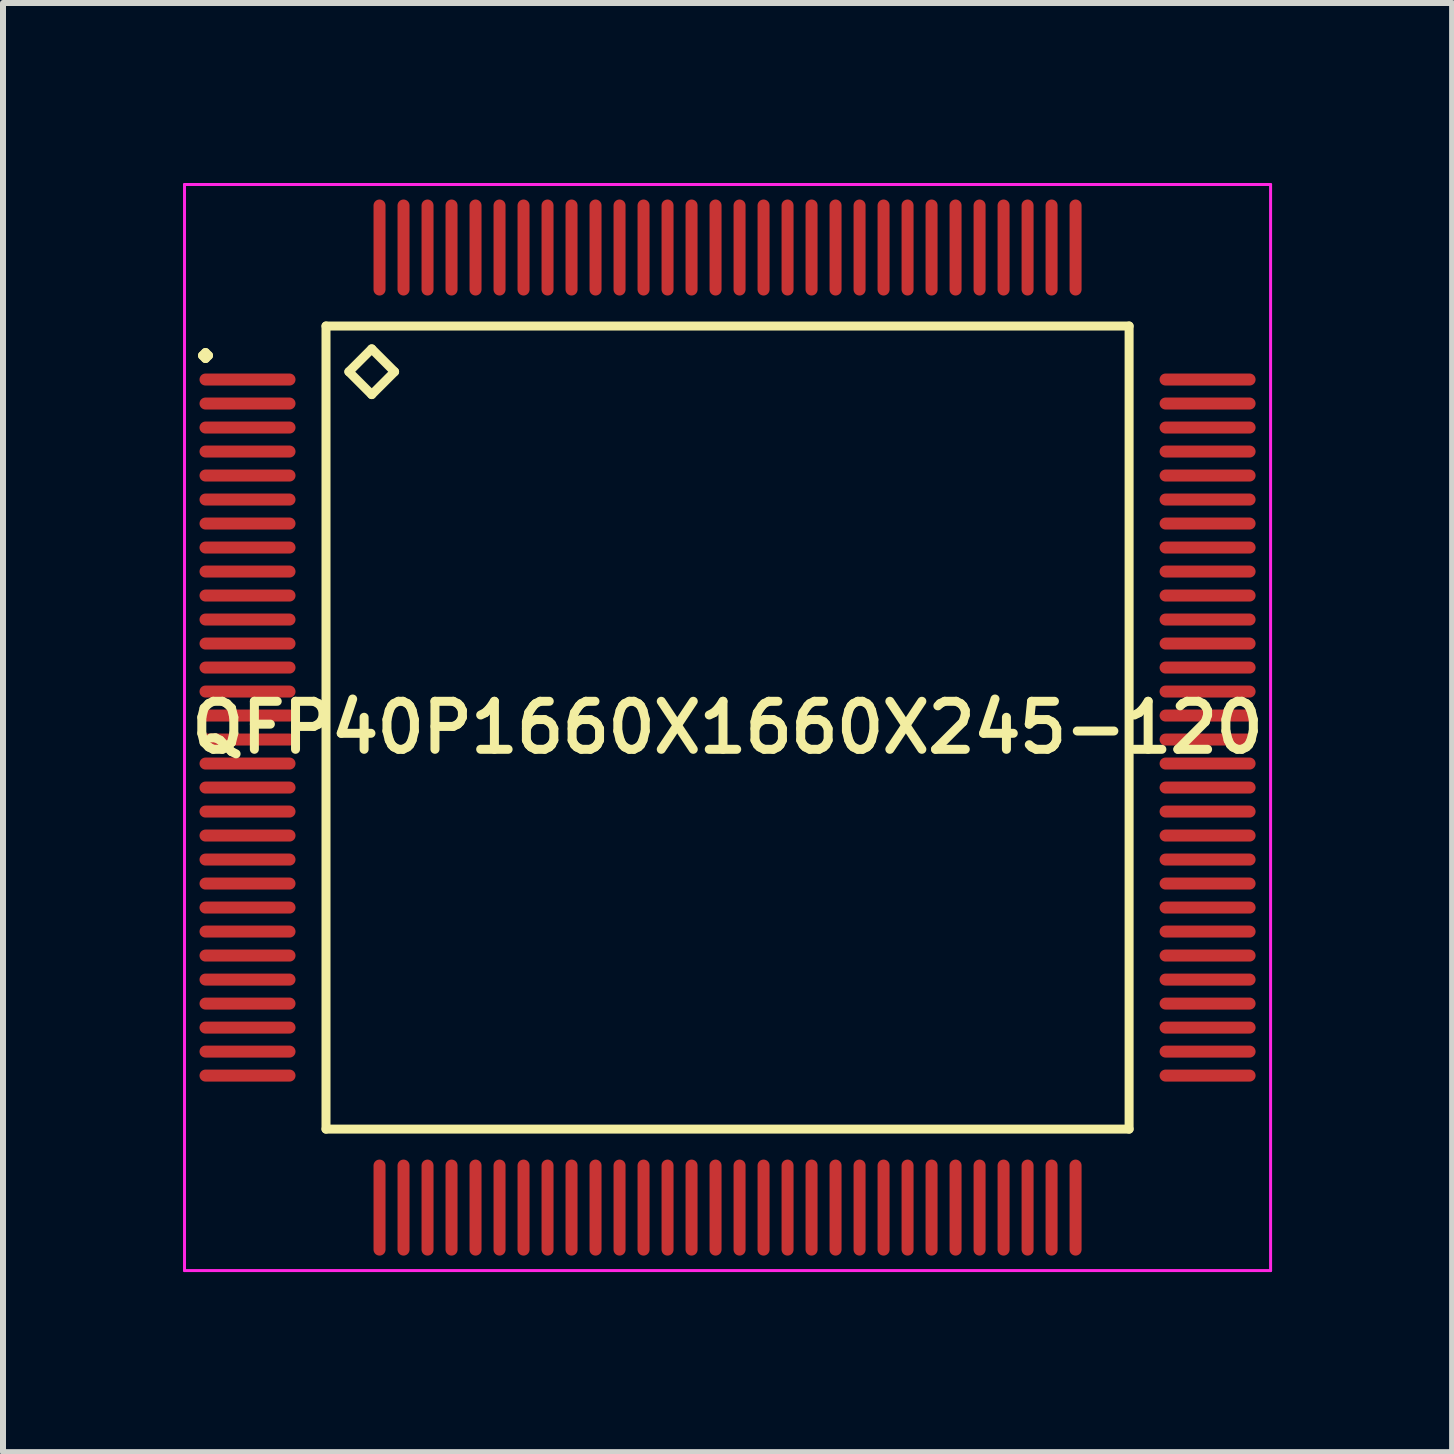
<source format=kicad_pcb>
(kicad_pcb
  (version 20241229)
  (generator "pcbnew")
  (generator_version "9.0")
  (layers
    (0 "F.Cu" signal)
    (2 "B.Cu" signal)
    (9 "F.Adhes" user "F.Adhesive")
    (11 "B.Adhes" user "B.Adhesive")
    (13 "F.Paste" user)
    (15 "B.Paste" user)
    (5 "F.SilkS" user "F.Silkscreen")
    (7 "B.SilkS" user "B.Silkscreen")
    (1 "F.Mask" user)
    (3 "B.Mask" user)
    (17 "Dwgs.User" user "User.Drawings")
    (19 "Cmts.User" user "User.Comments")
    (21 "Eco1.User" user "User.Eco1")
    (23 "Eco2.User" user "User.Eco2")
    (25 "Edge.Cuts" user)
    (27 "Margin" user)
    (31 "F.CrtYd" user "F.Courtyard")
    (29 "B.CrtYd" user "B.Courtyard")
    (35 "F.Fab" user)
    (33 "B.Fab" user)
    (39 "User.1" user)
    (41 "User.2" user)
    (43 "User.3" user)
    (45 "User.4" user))
  (footprint "QFP40P1660X1660X245-120"
    (layer "F.Cu")
    (at 9.075 9.075)
    (property "Reference" "QFP40P1660X1660X245-120" (at 0 0 0) (layer "F.SilkS") (effects (font (size 0.8 0.8) (thickness 0.15))))
    (attr smd)
    (fp_line (start -8.75 -6.2) (end -8.7 -6.25) (stroke (width 0.15) (type solid)) (layer "F.SilkS"))
    (fp_line (start -8.7 -6.25) (end -8.65 -6.2) (stroke (width 0.15) (type solid)) (layer "F.SilkS"))
    (fp_line (start -8.7 -6.15) (end -8.75 -6.2) (stroke (width 0.15) (type solid)) (layer "F.SilkS"))
    (fp_line (start -8.65 -6.2) (end -8.7 -6.15) (stroke (width 0.15) (type solid)) (layer "F.SilkS"))
    (fp_line (start -6.692 -6.692) (end -6.692 6.692) (stroke (width 0.15) (type solid)) (layer "F.SilkS"))
    (fp_line (start -6.692 6.692) (end 6.692 6.692) (stroke (width 0.15) (type solid)) (layer "F.SilkS"))
    (fp_line (start -6.311 -5.93) (end -5.93 -6.311) (stroke (width 0.15) (type solid)) (layer "F.SilkS"))
    (fp_line (start -5.93 -6.311) (end -5.549 -5.93) (stroke (width 0.15) (type solid)) (layer "F.SilkS"))
    (fp_line (start -5.93 -5.549) (end -6.311 -5.93) (stroke (width 0.15) (type solid)) (layer "F.SilkS"))
    (fp_line (start -5.549 -5.93) (end -5.93 -5.549) (stroke (width 0.15) (type solid)) (layer "F.SilkS"))
    (fp_line (start 6.692 -6.692) (end -6.692 -6.692) (stroke (width 0.15) (type solid)) (layer "F.SilkS"))
    (fp_line (start 6.692 6.692) (end 6.692 -6.692) (stroke (width 0.15) (type solid)) (layer "F.SilkS"))
    (fp_line (start -9.05 -9.05) (end 9.05 -9.05) (stroke (width 0.05) (type solid)) (layer "F.CrtYd"))
    (fp_line (start -9.05 9.05) (end -9.05 -9.05) (stroke (width 0.05) (type solid)) (layer "F.CrtYd"))
    (fp_line (start 9.05 -9.05) (end 9.05 9.05) (stroke (width 0.05) (type solid)) (layer "F.CrtYd"))
    (fp_line (start 9.05 9.05) (end -9.05 9.05) (stroke (width 0.05) (type solid)) (layer "F.CrtYd"))
    (pad "1" smd oval (at -8 -5.8) (size 1.6 0.2) (layers "F.Cu" "F.Mask" "F.Paste"))
    (pad "2" smd oval (at -8 -5.4) (size 1.6 0.2) (layers "F.Cu" "F.Mask" "F.Paste"))
    (pad "3" smd oval (at -8 -5) (size 1.6 0.2) (layers "F.Cu" "F.Mask" "F.Paste"))
    (pad "4" smd oval (at -8 -4.6) (size 1.6 0.2) (layers "F.Cu" "F.Mask" "F.Paste"))
    (pad "5" smd oval (at -8 -4.2) (size 1.6 0.2) (layers "F.Cu" "F.Mask" "F.Paste"))
    (pad "6" smd oval (at -8 -3.8) (size 1.6 0.2) (layers "F.Cu" "F.Mask" "F.Paste"))
    (pad "7" smd oval (at -8 -3.4) (size 1.6 0.2) (layers "F.Cu" "F.Mask" "F.Paste"))
    (pad "8" smd oval (at -8 -3) (size 1.6 0.2) (layers "F.Cu" "F.Mask" "F.Paste"))
    (pad "9" smd oval (at -8 -2.6) (size 1.6 0.2) (layers "F.Cu" "F.Mask" "F.Paste"))
    (pad "10" smd oval (at -8 -2.2) (size 1.6 0.2) (layers "F.Cu" "F.Mask" "F.Paste"))
    (pad "11" smd oval (at -8 -1.8) (size 1.6 0.2) (layers "F.Cu" "F.Mask" "F.Paste"))
    (pad "12" smd oval (at -8 -1.4) (size 1.6 0.2) (layers "F.Cu" "F.Mask" "F.Paste"))
    (pad "13" smd oval (at -8 -1) (size 1.6 0.2) (layers "F.Cu" "F.Mask" "F.Paste"))
    (pad "14" smd oval (at -8 -0.6) (size 1.6 0.2) (layers "F.Cu" "F.Mask" "F.Paste"))
    (pad "15" smd oval (at -8 -0.2) (size 1.6 0.2) (layers "F.Cu" "F.Mask" "F.Paste"))
    (pad "16" smd oval (at -8 0.2) (size 1.6 0.2) (layers "F.Cu" "F.Mask" "F.Paste"))
    (pad "17" smd oval (at -8 0.6) (size 1.6 0.2) (layers "F.Cu" "F.Mask" "F.Paste"))
    (pad "18" smd oval (at -8 1) (size 1.6 0.2) (layers "F.Cu" "F.Mask" "F.Paste"))
    (pad "19" smd oval (at -8 1.4) (size 1.6 0.2) (layers "F.Cu" "F.Mask" "F.Paste"))
    (pad "20" smd oval (at -8 1.8) (size 1.6 0.2) (layers "F.Cu" "F.Mask" "F.Paste"))
    (pad "21" smd oval (at -8 2.2) (size 1.6 0.2) (layers "F.Cu" "F.Mask" "F.Paste"))
    (pad "22" smd oval (at -8 2.6) (size 1.6 0.2) (layers "F.Cu" "F.Mask" "F.Paste"))
    (pad "23" smd oval (at -8 3) (size 1.6 0.2) (layers "F.Cu" "F.Mask" "F.Paste"))
    (pad "24" smd oval (at -8 3.4) (size 1.6 0.2) (layers "F.Cu" "F.Mask" "F.Paste"))
    (pad "25" smd oval (at -8 3.8) (size 1.6 0.2) (layers "F.Cu" "F.Mask" "F.Paste"))
    (pad "26" smd oval (at -8 4.2) (size 1.6 0.2) (layers "F.Cu" "F.Mask" "F.Paste"))
    (pad "27" smd oval (at -8 4.6) (size 1.6 0.2) (layers "F.Cu" "F.Mask" "F.Paste"))
    (pad "28" smd oval (at -8 5) (size 1.6 0.2) (layers "F.Cu" "F.Mask" "F.Paste"))
    (pad "29" smd oval (at -8 5.4) (size 1.6 0.2) (layers "F.Cu" "F.Mask" "F.Paste"))
    (pad "30" smd oval (at -8 5.8) (size 1.6 0.2) (layers "F.Cu" "F.Mask" "F.Paste"))
    (pad "31" smd oval (at -5.8 8) (size 0.2 1.6) (layers "F.Cu" "F.Mask" "F.Paste"))
    (pad "32" smd oval (at -5.4 8) (size 0.2 1.6) (layers "F.Cu" "F.Mask" "F.Paste"))
    (pad "33" smd oval (at -5 8) (size 0.2 1.6) (layers "F.Cu" "F.Mask" "F.Paste"))
    (pad "34" smd oval (at -4.6 8) (size 0.2 1.6) (layers "F.Cu" "F.Mask" "F.Paste"))
    (pad "35" smd oval (at -4.2 8) (size 0.2 1.6) (layers "F.Cu" "F.Mask" "F.Paste"))
    (pad "36" smd oval (at -3.8 8) (size 0.2 1.6) (layers "F.Cu" "F.Mask" "F.Paste"))
    (pad "37" smd oval (at -3.4 8) (size 0.2 1.6) (layers "F.Cu" "F.Mask" "F.Paste"))
    (pad "38" smd oval (at -3 8) (size 0.2 1.6) (layers "F.Cu" "F.Mask" "F.Paste"))
    (pad "39" smd oval (at -2.6 8) (size 0.2 1.6) (layers "F.Cu" "F.Mask" "F.Paste"))
    (pad "40" smd oval (at -2.2 8) (size 0.2 1.6) (layers "F.Cu" "F.Mask" "F.Paste"))
    (pad "41" smd oval (at -1.8 8) (size 0.2 1.6) (layers "F.Cu" "F.Mask" "F.Paste"))
    (pad "42" smd oval (at -1.4 8) (size 0.2 1.6) (layers "F.Cu" "F.Mask" "F.Paste"))
    (pad "43" smd oval (at -1 8) (size 0.2 1.6) (layers "F.Cu" "F.Mask" "F.Paste"))
    (pad "44" smd oval (at -0.6 8) (size 0.2 1.6) (layers "F.Cu" "F.Mask" "F.Paste"))
    (pad "45" smd oval (at -0.2 8) (size 0.2 1.6) (layers "F.Cu" "F.Mask" "F.Paste"))
    (pad "46" smd oval (at 0.2 8) (size 0.2 1.6) (layers "F.Cu" "F.Mask" "F.Paste"))
    (pad "47" smd oval (at 0.6 8) (size 0.2 1.6) (layers "F.Cu" "F.Mask" "F.Paste"))
    (pad "48" smd oval (at 1 8) (size 0.2 1.6) (layers "F.Cu" "F.Mask" "F.Paste"))
    (pad "49" smd oval (at 1.4 8) (size 0.2 1.6) (layers "F.Cu" "F.Mask" "F.Paste"))
    (pad "50" smd oval (at 1.8 8) (size 0.2 1.6) (layers "F.Cu" "F.Mask" "F.Paste"))
    (pad "51" smd oval (at 2.2 8) (size 0.2 1.6) (layers "F.Cu" "F.Mask" "F.Paste"))
    (pad "52" smd oval (at 2.6 8) (size 0.2 1.6) (layers "F.Cu" "F.Mask" "F.Paste"))
    (pad "53" smd oval (at 3 8) (size 0.2 1.6) (layers "F.Cu" "F.Mask" "F.Paste"))
    (pad "54" smd oval (at 3.4 8) (size 0.2 1.6) (layers "F.Cu" "F.Mask" "F.Paste"))
    (pad "55" smd oval (at 3.8 8) (size 0.2 1.6) (layers "F.Cu" "F.Mask" "F.Paste"))
    (pad "56" smd oval (at 4.2 8) (size 0.2 1.6) (layers "F.Cu" "F.Mask" "F.Paste"))
    (pad "57" smd oval (at 4.6 8) (size 0.2 1.6) (layers "F.Cu" "F.Mask" "F.Paste"))
    (pad "58" smd oval (at 5 8) (size 0.2 1.6) (layers "F.Cu" "F.Mask" "F.Paste"))
    (pad "59" smd oval (at 5.4 8) (size 0.2 1.6) (layers "F.Cu" "F.Mask" "F.Paste"))
    (pad "60" smd oval (at 5.8 8) (size 0.2 1.6) (layers "F.Cu" "F.Mask" "F.Paste"))
    (pad "61" smd oval (at 8 5.8) (size 1.6 0.2) (layers "F.Cu" "F.Mask" "F.Paste"))
    (pad "62" smd oval (at 8 5.4) (size 1.6 0.2) (layers "F.Cu" "F.Mask" "F.Paste"))
    (pad "63" smd oval (at 8 5) (size 1.6 0.2) (layers "F.Cu" "F.Mask" "F.Paste"))
    (pad "64" smd oval (at 8 4.6) (size 1.6 0.2) (layers "F.Cu" "F.Mask" "F.Paste"))
    (pad "65" smd oval (at 8 4.2) (size 1.6 0.2) (layers "F.Cu" "F.Mask" "F.Paste"))
    (pad "66" smd oval (at 8 3.8) (size 1.6 0.2) (layers "F.Cu" "F.Mask" "F.Paste"))
    (pad "67" smd oval (at 8 3.4) (size 1.6 0.2) (layers "F.Cu" "F.Mask" "F.Paste"))
    (pad "68" smd oval (at 8 3) (size 1.6 0.2) (layers "F.Cu" "F.Mask" "F.Paste"))
    (pad "69" smd oval (at 8 2.6) (size 1.6 0.2) (layers "F.Cu" "F.Mask" "F.Paste"))
    (pad "70" smd oval (at 8 2.2) (size 1.6 0.2) (layers "F.Cu" "F.Mask" "F.Paste"))
    (pad "71" smd oval (at 8 1.8) (size 1.6 0.2) (layers "F.Cu" "F.Mask" "F.Paste"))
    (pad "72" smd oval (at 8 1.4) (size 1.6 0.2) (layers "F.Cu" "F.Mask" "F.Paste"))
    (pad "73" smd oval (at 8 1) (size 1.6 0.2) (layers "F.Cu" "F.Mask" "F.Paste"))
    (pad "74" smd oval (at 8 0.6) (size 1.6 0.2) (layers "F.Cu" "F.Mask" "F.Paste"))
    (pad "75" smd oval (at 8 0.2) (size 1.6 0.2) (layers "F.Cu" "F.Mask" "F.Paste"))
    (pad "76" smd oval (at 8 -0.2) (size 1.6 0.2) (layers "F.Cu" "F.Mask" "F.Paste"))
    (pad "77" smd oval (at 8 -0.6) (size 1.6 0.2) (layers "F.Cu" "F.Mask" "F.Paste"))
    (pad "78" smd oval (at 8 -1) (size 1.6 0.2) (layers "F.Cu" "F.Mask" "F.Paste"))
    (pad "79" smd oval (at 8 -1.4) (size 1.6 0.2) (layers "F.Cu" "F.Mask" "F.Paste"))
    (pad "80" smd oval (at 8 -1.8) (size 1.6 0.2) (layers "F.Cu" "F.Mask" "F.Paste"))
    (pad "81" smd oval (at 8 -2.2) (size 1.6 0.2) (layers "F.Cu" "F.Mask" "F.Paste"))
    (pad "82" smd oval (at 8 -2.6) (size 1.6 0.2) (layers "F.Cu" "F.Mask" "F.Paste"))
    (pad "83" smd oval (at 8 -3) (size 1.6 0.2) (layers "F.Cu" "F.Mask" "F.Paste"))
    (pad "84" smd oval (at 8 -3.4) (size 1.6 0.2) (layers "F.Cu" "F.Mask" "F.Paste"))
    (pad "85" smd oval (at 8 -3.8) (size 1.6 0.2) (layers "F.Cu" "F.Mask" "F.Paste"))
    (pad "86" smd oval (at 8 -4.2) (size 1.6 0.2) (layers "F.Cu" "F.Mask" "F.Paste"))
    (pad "87" smd oval (at 8 -4.6) (size 1.6 0.2) (layers "F.Cu" "F.Mask" "F.Paste"))
    (pad "88" smd oval (at 8 -5) (size 1.6 0.2) (layers "F.Cu" "F.Mask" "F.Paste"))
    (pad "89" smd oval (at 8 -5.4) (size 1.6 0.2) (layers "F.Cu" "F.Mask" "F.Paste"))
    (pad "90" smd oval (at 8 -5.8) (size 1.6 0.2) (layers "F.Cu" "F.Mask" "F.Paste"))
    (pad "91" smd oval (at 5.8 -8) (size 0.2 1.6) (layers "F.Cu" "F.Mask" "F.Paste"))
    (pad "92" smd oval (at 5.4 -8) (size 0.2 1.6) (layers "F.Cu" "F.Mask" "F.Paste"))
    (pad "93" smd oval (at 5 -8) (size 0.2 1.6) (layers "F.Cu" "F.Mask" "F.Paste"))
    (pad "94" smd oval (at 4.6 -8) (size 0.2 1.6) (layers "F.Cu" "F.Mask" "F.Paste"))
    (pad "95" smd oval (at 4.2 -8) (size 0.2 1.6) (layers "F.Cu" "F.Mask" "F.Paste"))
    (pad "96" smd oval (at 3.8 -8) (size 0.2 1.6) (layers "F.Cu" "F.Mask" "F.Paste"))
    (pad "97" smd oval (at 3.4 -8) (size 0.2 1.6) (layers "F.Cu" "F.Mask" "F.Paste"))
    (pad "98" smd oval (at 3 -8) (size 0.2 1.6) (layers "F.Cu" "F.Mask" "F.Paste"))
    (pad "99" smd oval (at 2.6 -8) (size 0.2 1.6) (layers "F.Cu" "F.Mask" "F.Paste"))
    (pad "100" smd oval (at 2.2 -8) (size 0.2 1.6) (layers "F.Cu" "F.Mask" "F.Paste"))
    (pad "101" smd oval (at 1.8 -8) (size 0.2 1.6) (layers "F.Cu" "F.Mask" "F.Paste"))
    (pad "102" smd oval (at 1.4 -8) (size 0.2 1.6) (layers "F.Cu" "F.Mask" "F.Paste"))
    (pad "103" smd oval (at 1 -8) (size 0.2 1.6) (layers "F.Cu" "F.Mask" "F.Paste"))
    (pad "104" smd oval (at 0.6 -8) (size 0.2 1.6) (layers "F.Cu" "F.Mask" "F.Paste"))
    (pad "105" smd oval (at 0.2 -8) (size 0.2 1.6) (layers "F.Cu" "F.Mask" "F.Paste"))
    (pad "106" smd oval (at -0.2 -8) (size 0.2 1.6) (layers "F.Cu" "F.Mask" "F.Paste"))
    (pad "107" smd oval (at -0.6 -8) (size 0.2 1.6) (layers "F.Cu" "F.Mask" "F.Paste"))
    (pad "108" smd oval (at -1 -8) (size 0.2 1.6) (layers "F.Cu" "F.Mask" "F.Paste"))
    (pad "109" smd oval (at -1.4 -8) (size 0.2 1.6) (layers "F.Cu" "F.Mask" "F.Paste"))
    (pad "110" smd oval (at -1.8 -8) (size 0.2 1.6) (layers "F.Cu" "F.Mask" "F.Paste"))
    (pad "111" smd oval (at -2.2 -8) (size 0.2 1.6) (layers "F.Cu" "F.Mask" "F.Paste"))
    (pad "112" smd oval (at -2.6 -8) (size 0.2 1.6) (layers "F.Cu" "F.Mask" "F.Paste"))
    (pad "113" smd oval (at -3 -8) (size 0.2 1.6) (layers "F.Cu" "F.Mask" "F.Paste"))
    (pad "114" smd oval (at -3.4 -8) (size 0.2 1.6) (layers "F.Cu" "F.Mask" "F.Paste"))
    (pad "115" smd oval (at -3.8 -8) (size 0.2 1.6) (layers "F.Cu" "F.Mask" "F.Paste"))
    (pad "116" smd oval (at -4.2 -8) (size 0.2 1.6) (layers "F.Cu" "F.Mask" "F.Paste"))
    (pad "117" smd oval (at -4.6 -8) (size 0.2 1.6) (layers "F.Cu" "F.Mask" "F.Paste"))
    (pad "118" smd oval (at -5 -8) (size 0.2 1.6) (layers "F.Cu" "F.Mask" "F.Paste"))
    (pad "119" smd oval (at -5.4 -8) (size 0.2 1.6) (layers "F.Cu" "F.Mask" "F.Paste"))
    (pad "120" smd oval (at -5.8 -8) (size 0.2 1.6) (layers "F.Cu" "F.Mask" "F.Paste")))
  (gr_rect
    (start -3 -3)
    (end 21.15 21.15)
    (stroke (width 0.1) (type default))
    (fill no)
    (layer "Edge.Cuts")))
</source>
